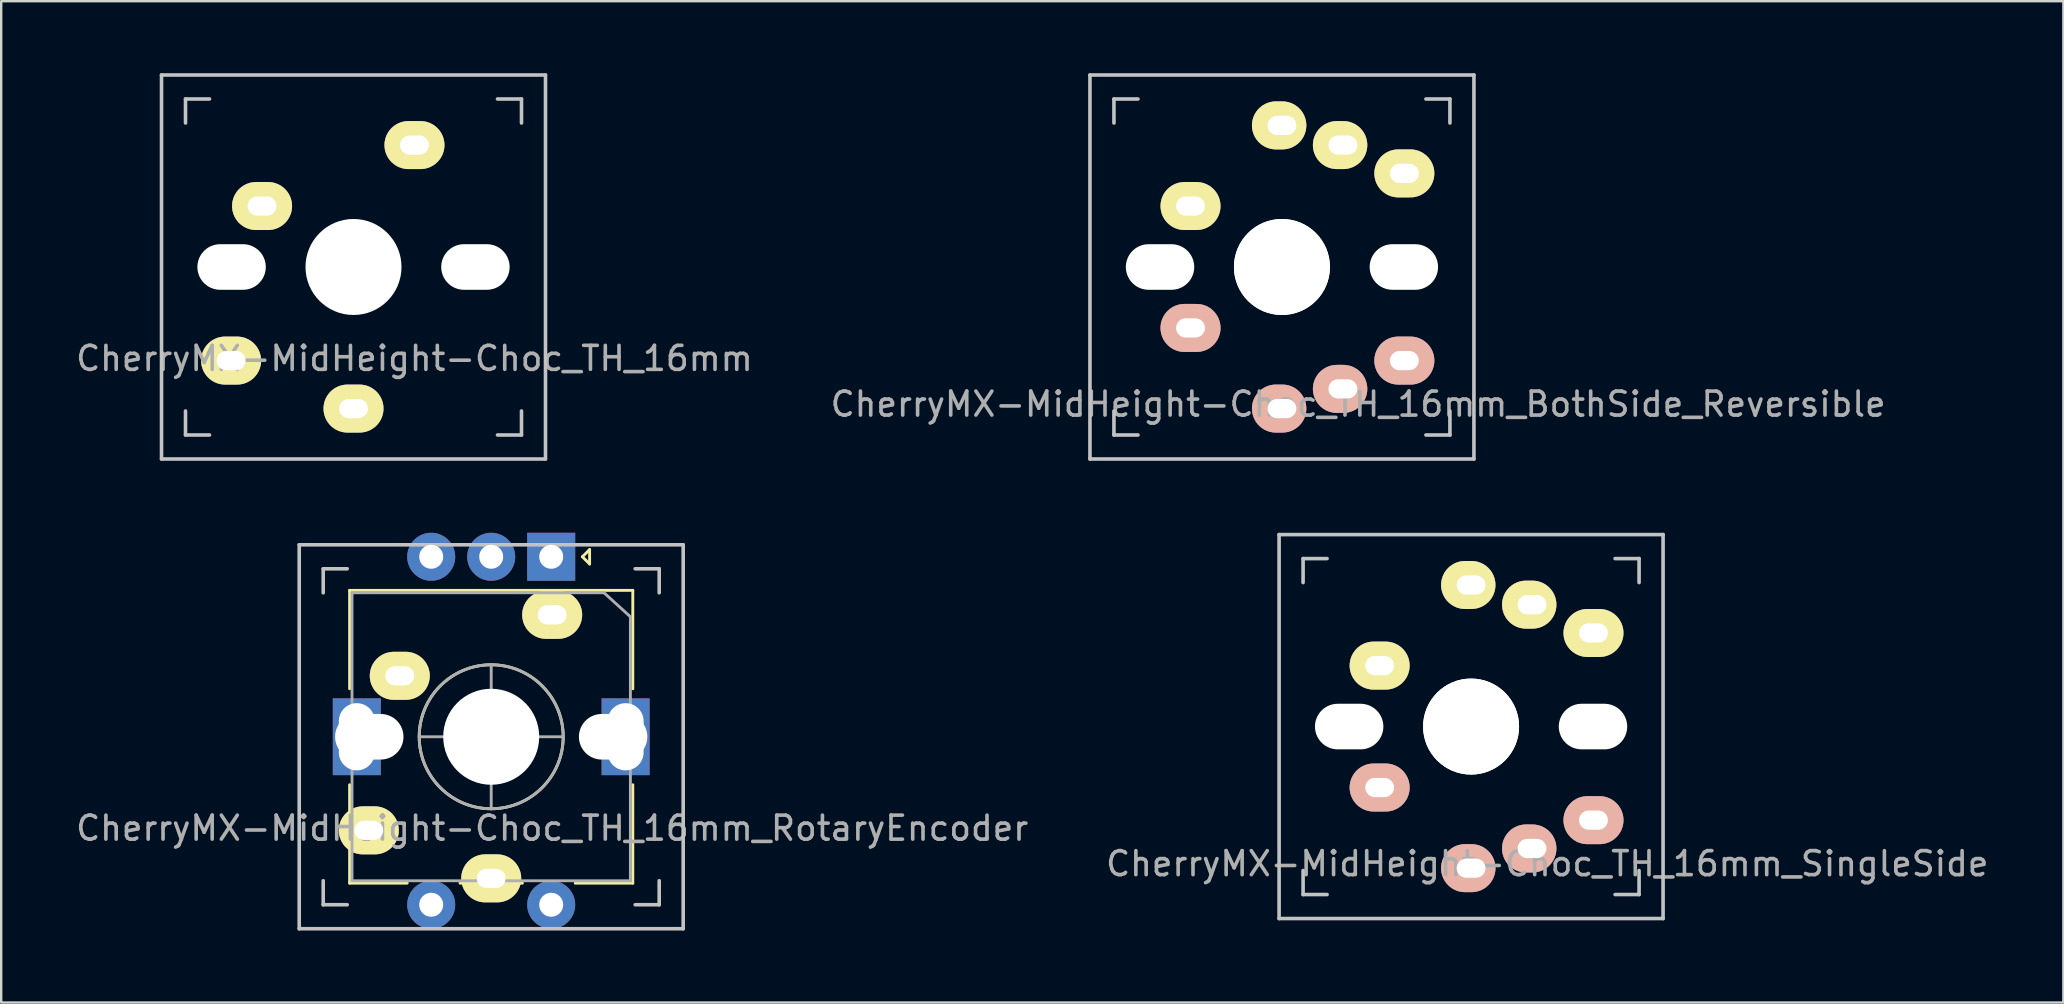
<source format=kicad_pcb>
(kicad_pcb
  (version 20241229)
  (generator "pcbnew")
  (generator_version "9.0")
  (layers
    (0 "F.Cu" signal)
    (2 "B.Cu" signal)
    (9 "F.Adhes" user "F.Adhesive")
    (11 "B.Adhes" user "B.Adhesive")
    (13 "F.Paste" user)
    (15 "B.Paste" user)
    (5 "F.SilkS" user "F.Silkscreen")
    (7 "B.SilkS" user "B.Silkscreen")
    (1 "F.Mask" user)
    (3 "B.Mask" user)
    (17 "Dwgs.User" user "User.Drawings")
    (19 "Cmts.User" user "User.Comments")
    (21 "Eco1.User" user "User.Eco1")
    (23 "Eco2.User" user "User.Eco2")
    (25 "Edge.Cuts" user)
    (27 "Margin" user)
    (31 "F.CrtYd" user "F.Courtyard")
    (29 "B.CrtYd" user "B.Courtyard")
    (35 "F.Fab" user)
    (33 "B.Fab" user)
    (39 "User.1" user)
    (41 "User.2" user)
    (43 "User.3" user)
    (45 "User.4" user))
  (footprint "CherryMX-MidHeight-Choc_TH_16mm"
    (layer "F.Cu")
    (at 11.68 8.075)
    (property "Reference" "CherryMX-MidHeight-Choc_TH_16mm" (at 2.54 3.81 0) (layer "F.Fab") (effects (font (size 1 1) (thickness 0.15))))
    (attr through_hole)
    (fp_line (start -8 -8) (end 8 -8) (stroke (width 0.15) (type solid)) (layer "Dwgs.User"))
    (fp_line (start -8 8) (end -8 -8) (stroke (width 0.15) (type solid)) (layer "Dwgs.User"))
    (fp_line (start -7 -7) (end -7 -6) (stroke (width 0.15) (type solid)) (layer "Dwgs.User"))
    (fp_line (start -7 6) (end -7 7) (stroke (width 0.15) (type solid)) (layer "Dwgs.User"))
    (fp_line (start -7 7) (end -6 7) (stroke (width 0.15) (type solid)) (layer "Dwgs.User"))
    (fp_line (start -6 -7) (end -7 -7) (stroke (width 0.15) (type solid)) (layer "Dwgs.User"))
    (fp_line (start 6 7) (end 7 7) (stroke (width 0.15) (type solid)) (layer "Dwgs.User"))
    (fp_line (start 7 -7) (end 6 -7) (stroke (width 0.15) (type solid)) (layer "Dwgs.User"))
    (fp_line (start 7 -6) (end 7 -7) (stroke (width 0.15) (type solid)) (layer "Dwgs.User"))
    (fp_line (start 7 7) (end 7 6) (stroke (width 0.15) (type solid)) (layer "Dwgs.User"))
    (fp_line (start 8 -8) (end 8 8) (stroke (width 0.15) (type solid)) (layer "Dwgs.User"))
    (fp_line (start 8 8) (end -8 8) (stroke (width 0.15) (type solid)) (layer "Dwgs.User"))
    (pad "" np_thru_hole oval (at -5.08 0) (size 2.85 1.9) (drill oval 2.85 1.9) (layers "*.Cu" "*.Mask"))
    (pad "" np_thru_hole circle (at 0 0 90) (size 4 4) (drill 4) (layers "*.Cu" "*.Mask"))
    (pad "" np_thru_hole oval (at 5.08 0 180) (size 2.85 1.9) (drill oval 2.85 1.9) (layers "*.Cu" "*.Mask"))
    (pad "1" thru_hole oval (at -5.1 3.9) (size 2.5 2) (drill oval 1.2 0.8) (layers "*.Cu" "B.Mask" "F.SilkS"))
    (pad "1" thru_hole oval (at -3.81 -2.54) (size 2.5 2) (drill oval 1.2 0.8) (layers "*.Cu" "B.Mask" "F.SilkS"))
    (pad "2" thru_hole oval (at 0 5.9) (size 2.5 2) (drill oval 1.2 0.8) (layers "*.Cu" "B.Mask" "F.SilkS"))
    (pad "2" thru_hole oval (at 2.54 -5.08) (size 2.5 2) (drill oval 1.2 0.8) (layers "*.Cu" "B.Mask" "F.SilkS")))
  (footprint "CherryMX-MidHeight-Choc_TH_16mm_SingleSide"
    (layer "F.Cu")
    (at 58.248 27.225)
    (property "Reference" "CherryMX-MidHeight-Choc_TH_16mm_SingleSide" (at 3.175 5.715 0) (layer "F.Fab") (effects (font (size 1 1) (thickness 0.15))))
    (attr through_hole)
    (fp_line (start -8 -8) (end 8 -8) (stroke (width 0.15) (type solid)) (layer "Dwgs.User"))
    (fp_line (start -8 8) (end -8 -8) (stroke (width 0.15) (type solid)) (layer "Dwgs.User"))
    (fp_line (start -7 -7) (end -7 -6) (stroke (width 0.15) (type solid)) (layer "Dwgs.User"))
    (fp_line (start -7 6) (end -7 7) (stroke (width 0.15) (type solid)) (layer "Dwgs.User"))
    (fp_line (start -7 7) (end -6 7) (stroke (width 0.15) (type solid)) (layer "Dwgs.User"))
    (fp_line (start -6 -7) (end -7 -7) (stroke (width 0.15) (type solid)) (layer "Dwgs.User"))
    (fp_line (start 6 7) (end 7 7) (stroke (width 0.15) (type solid)) (layer "Dwgs.User"))
    (fp_line (start 7 -7) (end 6 -7) (stroke (width 0.15) (type solid)) (layer "Dwgs.User"))
    (fp_line (start 7 -6) (end 7 -7) (stroke (width 0.15) (type solid)) (layer "Dwgs.User"))
    (fp_line (start 7 7) (end 7 6) (stroke (width 0.15) (type solid)) (layer "Dwgs.User"))
    (fp_line (start 8 -8) (end 8 8) (stroke (width 0.15) (type solid)) (layer "Dwgs.User"))
    (fp_line (start 8 8) (end -8 8) (stroke (width 0.15) (type solid)) (layer "Dwgs.User"))
    (pad "" np_thru_hole oval (at -5.08 0) (size 2.85 1.9) (drill oval 2.85 1.9) (layers "*.Cu" "*.Mask"))
    (pad "" np_thru_hole circle (at 0 0 90) (size 4 4) (drill 4) (layers "*.Cu" "*.Mask"))
    (pad "" np_thru_hole circle (at 0 0 90) (size 4 4) (drill 4) (layers "*.Cu" "*.Mask"))
    (pad "" np_thru_hole oval (at 5.08 0 180) (size 2.85 1.9) (drill oval 2.85 1.9) (layers "*.Cu" "*.Mask"))
    (pad "1" thru_hole oval (at -3.81 -2.54) (size 2.5 2) (drill oval 1.2 0.8) (layers "*.Cu" "B.Mask" "F.SilkS"))
    (pad "1" thru_hole oval (at -3.81 2.54 180) (size 2.5 2) (drill oval 1.2 0.8) (layers "*.Cu" "F.Mask" "B.SilkS"))
    (pad "1" thru_hole oval (at 5.1 -3.9 180) (size 2.5 2) (drill oval 1.2 0.8) (layers "*.Cu" "B.Mask" "F.SilkS"))
    (pad "1" thru_hole oval (at 5.1 3.9) (size 2.5 2) (drill oval 1.2 0.8) (layers "*.Cu" "F.Mask" "B.SilkS"))
    (pad "2" thru_hole oval (at 0 -5.9 180) (size 2.266 2) (drill oval 1.2 0.8 (offset 0.117 0)) (layers "*.Cu" "B.Mask" "F.SilkS"))
    (pad "2" thru_hole oval (at 0 5.9) (size 2.266 2) (drill oval 1.2 0.8 (offset -0.117 0)) (layers "*.Cu" "F.Mask" "B.SilkS"))
    (pad "2" thru_hole oval (at 2.54 -5.08) (size 2.266 2) (drill oval 1.2 0.8 (offset -0.117 0)) (layers "*.Cu" "B.Mask" "F.SilkS"))
    (pad "2" thru_hole oval (at 2.54 5.08 180) (size 2.266 2) (drill oval 1.2 0.8 (offset 0.117 0)) (layers "*.Cu" "F.Mask" "B.SilkS")))
  (footprint "CherryMX-MidHeight-Choc_TH_16mm_BothSide_Reversible"
    (layer "F.Cu")
    (at 50.367 8.075)
    (property "Reference" "CherryMX-MidHeight-Choc_TH_16mm_BothSide_Reversible" (at 3.175 5.715 0) (layer "F.Fab") (effects (font (size 1 1) (thickness 0.15))))
    (attr through_hole)
    (fp_line (start -8 -8) (end 8 -8) (stroke (width 0.15) (type solid)) (layer "Dwgs.User"))
    (fp_line (start -8 8) (end -8 -8) (stroke (width 0.15) (type solid)) (layer "Dwgs.User"))
    (fp_line (start -7 -7) (end -7 -6) (stroke (width 0.15) (type solid)) (layer "Dwgs.User"))
    (fp_line (start -7 6) (end -7 7) (stroke (width 0.15) (type solid)) (layer "Dwgs.User"))
    (fp_line (start -7 7) (end -6 7) (stroke (width 0.15) (type solid)) (layer "Dwgs.User"))
    (fp_line (start -6 -7) (end -7 -7) (stroke (width 0.15) (type solid)) (layer "Dwgs.User"))
    (fp_line (start 6 7) (end 7 7) (stroke (width 0.15) (type solid)) (layer "Dwgs.User"))
    (fp_line (start 7 -7) (end 6 -7) (stroke (width 0.15) (type solid)) (layer "Dwgs.User"))
    (fp_line (start 7 -6) (end 7 -7) (stroke (width 0.15) (type solid)) (layer "Dwgs.User"))
    (fp_line (start 7 7) (end 7 6) (stroke (width 0.15) (type solid)) (layer "Dwgs.User"))
    (fp_line (start 8 -8) (end 8 8) (stroke (width 0.15) (type solid)) (layer "Dwgs.User"))
    (fp_line (start 8 8) (end -8 8) (stroke (width 0.15) (type solid)) (layer "Dwgs.User"))
    (pad "" np_thru_hole oval (at -5.08 0) (size 2.85 1.9) (drill oval 2.85 1.9) (layers "*.Cu" "*.Mask"))
    (pad "" np_thru_hole circle (at 0 0 90) (size 4 4) (drill 4) (layers "*.Cu" "*.Mask"))
    (pad "" np_thru_hole circle (at 0 0 90) (size 4 4) (drill 4) (layers "*.Cu" "*.Mask"))
    (pad "" np_thru_hole oval (at 5.08 0 180) (size 2.85 1.9) (drill oval 2.85 1.9) (layers "*.Cu" "*.Mask"))
    (pad "1" thru_hole oval (at -3.81 -2.54) (size 2.5 2) (drill oval 1.2 0.8) (layers "*.Cu" "B.Mask" "F.SilkS"))
    (pad "1" thru_hole oval (at -3.81 2.54 180) (size 2.5 2) (drill oval 1.2 0.8) (layers "*.Cu" "F.Mask" "B.SilkS"))
    (pad "1" thru_hole oval (at 5.1 -3.9 180) (size 2.5 2) (drill oval 1.2 0.8) (layers "*.Cu" "B.Mask" "F.SilkS"))
    (pad "1" thru_hole oval (at 5.1 3.9) (size 2.5 2) (drill oval 1.2 0.8) (layers "*.Cu" "F.Mask" "B.SilkS"))
    (pad "2" thru_hole oval (at 0 -5.9 180) (size 2.266 2) (drill oval 1.2 0.8 (offset 0.117 0)) (layers "*.Cu" "B.Mask" "F.SilkS"))
    (pad "2" thru_hole oval (at 0 5.9) (size 2.266 2) (drill oval 1.2 0.8 (offset -0.117 0)) (layers "*.Cu" "F.Mask" "B.SilkS"))
    (pad "2" thru_hole oval (at 2.54 -5.08) (size 2.266 2) (drill oval 1.2 0.8 (offset -0.117 0)) (layers "*.Cu" "B.Mask" "F.SilkS"))
    (pad "2" thru_hole oval (at 2.54 5.08 180) (size 2.266 2) (drill oval 1.2 0.8 (offset 0.117 0)) (layers "*.Cu" "F.Mask" "B.SilkS")))
  (footprint "CherryMX-MidHeight-Choc_TH_16mm_RotaryEncoder"
    (layer "F.Cu")
    (at 17.418 27.65)
    (property "Reference" "CherryMX-MidHeight-Choc_TH_16mm_RotaryEncoder" (at 2.54 3.81 0) (layer "F.Fab") (effects (font (size 1 1) (thickness 0.15))))
    (attr through_hole)
    (fp_line (start -5.9 -2) (end -5.9 -6.1) (stroke (width 0.12) (type solid)) (layer "F.SilkS"))
    (fp_line (start -5.9 6.1) (end -5.9 2) (stroke (width 0.12) (type solid)) (layer "F.SilkS"))
    (fp_line (start -3.5 6.1) (end -5.9 6.1) (stroke (width 0.12) (type solid)) (layer "F.SilkS"))
    (fp_line (start 0 -0.5) (end 0 0.5) (stroke (width 0.12) (type solid)) (layer "F.SilkS"))
    (fp_line (start 0.5 0) (end -0.5 0) (stroke (width 0.12) (type solid)) (layer "F.SilkS"))
    (fp_line (start 1.3 6.1) (end -1.3 6.1) (stroke (width 0.12) (type solid)) (layer "F.SilkS"))
    (fp_line (start 3.8 -7.5) (end 4.1 -7.8) (stroke (width 0.12) (type solid)) (layer "F.SilkS"))
    (fp_line (start 4.1 -7.8) (end 4.1 -7.2) (stroke (width 0.12) (type solid)) (layer "F.SilkS"))
    (fp_line (start 4.1 -7.2) (end 3.8 -7.5) (stroke (width 0.12) (type solid)) (layer "F.SilkS"))
    (fp_line (start 5.9 -6.1) (end -5.9 -6.1) (stroke (width 0.12) (type solid)) (layer "F.SilkS"))
    (fp_line (start 5.9 -2) (end 5.9 -6.1) (stroke (width 0.12) (type solid)) (layer "F.SilkS"))
    (fp_line (start 5.9 2) (end 5.9 6.1) (stroke (width 0.12) (type solid)) (layer "F.SilkS"))
    (fp_line (start 5.9 6.1) (end 3.5 6.1) (stroke (width 0.12) (type solid)) (layer "F.SilkS"))
    (fp_circle (center 0 0) (end 0 3) (stroke (width 0.12) (type solid)) (fill no) (layer "F.SilkS"))
    (fp_line (start -8 -8) (end 8 -8) (stroke (width 0.15) (type solid)) (layer "Dwgs.User"))
    (fp_line (start -8 8) (end -8 -8) (stroke (width 0.15) (type solid)) (layer "Dwgs.User"))
    (fp_line (start -7 -7) (end -7 -6) (stroke (width 0.15) (type solid)) (layer "Dwgs.User"))
    (fp_line (start -7 6) (end -7 7) (stroke (width 0.15) (type solid)) (layer "Dwgs.User"))
    (fp_line (start -7 7) (end -6 7) (stroke (width 0.15) (type solid)) (layer "Dwgs.User"))
    (fp_line (start -6 -7) (end -7 -7) (stroke (width 0.15) (type solid)) (layer "Dwgs.User"))
    (fp_line (start 6 7) (end 7 7) (stroke (width 0.15) (type solid)) (layer "Dwgs.User"))
    (fp_line (start 7 -7) (end 6 -7) (stroke (width 0.15) (type solid)) (layer "Dwgs.User"))
    (fp_line (start 7 -6) (end 7 -7) (stroke (width 0.15) (type solid)) (layer "Dwgs.User"))
    (fp_line (start 7 7) (end 7 6) (stroke (width 0.15) (type solid)) (layer "Dwgs.User"))
    (fp_line (start 8 -8) (end 8 8) (stroke (width 0.15) (type solid)) (layer "Dwgs.User"))
    (fp_line (start 8 8) (end -8 8) (stroke (width 0.15) (type solid)) (layer "Dwgs.User"))
    (fp_line (start -5.8 -6) (end 4.7 -6) (stroke (width 0.12) (type solid)) (layer "F.Fab"))
    (fp_line (start -5.8 6) (end -5.8 -6) (stroke (width 0.12) (type solid)) (layer "F.Fab"))
    (fp_line (start 0 -3) (end 0 3) (stroke (width 0.12) (type solid)) (layer "F.Fab"))
    (fp_line (start 3 0) (end -3 0) (stroke (width 0.12) (type solid)) (layer "F.Fab"))
    (fp_line (start 4.7 -6) (end 5.8 -5) (stroke (width 0.12) (type solid)) (layer "F.Fab"))
    (fp_line (start 5.8 -5) (end 5.8 6) (stroke (width 0.12) (type solid)) (layer "F.Fab"))
    (fp_line (start 5.8 6) (end -5.8 6) (stroke (width 0.12) (type solid)) (layer "F.Fab"))
    (fp_circle (center 0 0) (end 0 3) (stroke (width 0.12) (type solid)) (fill no) (layer "F.Fab"))
    (pad "" np_thru_hole rect (at -5.6 0 270) (size 3.2 2) (drill oval 2.8 1.5) (layers "*.Cu" "*.Mask"))
    (pad "" np_thru_hole oval (at -5.08 0) (size 2.85 1.9) (drill oval 2.85 1.9) (layers "*.Cu" "*.Mask"))
    (pad "" np_thru_hole circle (at 0 0 90) (size 4 4) (drill 4) (layers "*.Cu" "*.Mask"))
    (pad "" np_thru_hole oval (at 5.08 0 180) (size 2.85 1.9) (drill oval 2.85 1.9) (layers "*.Cu" "*.Mask"))
    (pad "" np_thru_hole rect (at 5.6 0 270) (size 3.2 2) (drill oval 2.8 1.5) (layers "*.Cu" "*.Mask"))
    (pad "1" thru_hole oval (at -5.1 3.9) (size 2.5 2) (drill oval 1.2 0.8) (layers "*.Cu" "B.Mask" "F.SilkS"))
    (pad "1" thru_hole oval (at -3.81 -2.54) (size 2.5 2) (drill oval 1.2 0.8) (layers "*.Cu" "B.Mask" "F.SilkS"))
    (pad "1" thru_hole circle (at -2.5 7 270) (size 2 2) (drill 1) (layers "*.Cu" "*.Mask"))
    (pad "2" thru_hole oval (at 0 5.9) (size 2.5 2) (drill oval 1.2 0.8) (layers "*.Cu" "B.Mask" "F.SilkS"))
    (pad "2" thru_hole circle (at 2.5 7 270) (size 2 2) (drill 1) (layers "*.Cu" "*.Mask"))
    (pad "2" thru_hole oval (at 2.54 -5.08) (size 2.5 2) (drill oval 1.2 0.8) (layers "*.Cu" "B.Mask" "F.SilkS"))
    (pad "A" thru_hole rect (at 2.5 -7.5 270) (size 2 2) (drill 1) (layers "*.Cu" "*.Mask"))
    (pad "B" thru_hole circle (at -2.5 -7.5 270) (size 2 2) (drill 1) (layers "*.Cu" "*.Mask"))
    (pad "C" thru_hole circle (at 0 -7.5 270) (size 2 2) (drill 1) (layers "*.Cu" "*.Mask")))
  (gr_rect
    (start -3 -3)
    (end 82.929 38.725)
    (stroke (width 0.1) (type default))
    (fill no)
    (layer "Edge.Cuts")))
</source>
